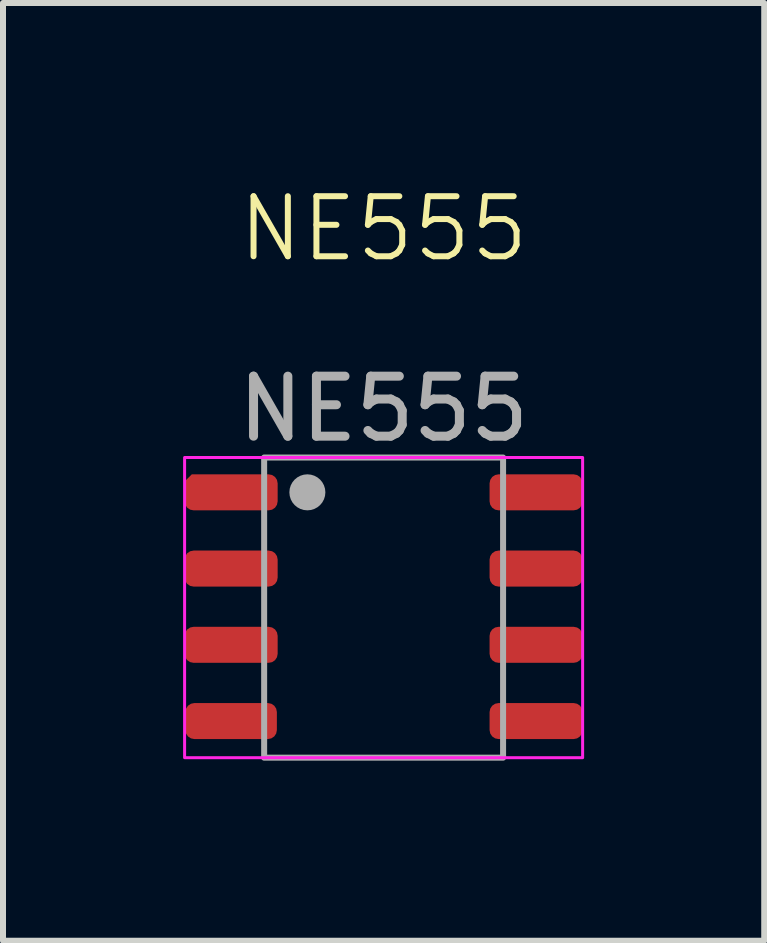
<source format=kicad_pcb>
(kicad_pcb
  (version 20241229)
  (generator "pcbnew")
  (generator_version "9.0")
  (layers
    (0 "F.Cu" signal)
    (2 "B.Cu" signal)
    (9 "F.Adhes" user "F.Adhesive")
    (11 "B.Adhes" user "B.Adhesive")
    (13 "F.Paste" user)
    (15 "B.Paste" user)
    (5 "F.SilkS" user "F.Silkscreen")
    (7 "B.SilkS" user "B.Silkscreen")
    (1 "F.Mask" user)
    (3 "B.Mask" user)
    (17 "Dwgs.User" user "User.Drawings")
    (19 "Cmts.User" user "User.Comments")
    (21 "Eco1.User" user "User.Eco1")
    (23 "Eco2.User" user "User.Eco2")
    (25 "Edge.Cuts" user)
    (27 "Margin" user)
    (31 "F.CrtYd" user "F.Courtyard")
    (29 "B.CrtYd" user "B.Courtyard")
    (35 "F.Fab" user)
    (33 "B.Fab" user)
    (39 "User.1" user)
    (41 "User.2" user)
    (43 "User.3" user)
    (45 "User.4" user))
  (footprint "NE555"
    (layer "F.Cu")
    (at 3.34 7.111)
    (property "Reference" "NE555" (at 0 -6.35 0) (unlocked yes) (layer "F.SilkS") (effects (font (size 1 1) (thickness 0.1))))
    (attr through_hole)
    (fp_rect (start -3.315 -2.54) (end 3.315 2.46) (stroke (width 0.05) (type default)) (fill no) (layer "F.CrtYd"))
    (fp_rect (start -1.99 -2.54) (end 1.99 2.46) (stroke (width 0.1) (type default)) (fill no) (layer "F.Fab"))
    (fp_circle (center -1.27 -1.96) (end -1.27 -1.96) (stroke (width 0.3) (type default)) (fill no) (layer "F.Fab"))
    (fp_text user "${REFERENCE}" (at 0 -3.35 0) (unlocked yes) (layer "F.Fab") (effects (font (size 1 1) (thickness 0.15))))
    (pad "1" smd roundrect (at -2.54 -1.96) (size 1.55 0.6) (layers "F.Cu" "F.Mask" "F.Paste") (roundrect_rratio 0.25) (chamfer_ratio 0.2) (chamfer top_left))
    (pad "2" smd roundrect (at -2.54 -0.69) (size 1.55 0.6) (layers "F.Cu" "F.Mask" "F.Paste") (roundrect_rratio 0.25))
    (pad "3" smd roundrect (at -2.54 0.58) (size 1.55 0.6) (layers "F.Cu" "F.Mask" "F.Paste") (roundrect_rratio 0.25))
    (pad "4" smd roundrect (at -2.54 1.85) (size 1.524 0.6) (layers "F.Cu" "F.Mask" "F.Paste") (roundrect_rratio 0.25))
    (pad "5" smd roundrect (at 2.54 1.85) (size 1.55 0.6) (layers "F.Cu" "F.Mask" "F.Paste") (roundrect_rratio 0.25))
    (pad "6" smd roundrect (at 2.54 0.58) (size 1.55 0.6) (layers "F.Cu" "F.Mask" "F.Paste") (roundrect_rratio 0.25))
    (pad "7" smd roundrect (at 2.54 -0.69) (size 1.55 0.6) (layers "F.Cu" "F.Mask" "F.Paste") (roundrect_rratio 0.25))
    (pad "8" smd roundrect (at 2.54 -1.96) (size 1.55 0.6) (layers "F.Cu" "F.Mask" "F.Paste") (roundrect_rratio 0.25)))
  (gr_rect
    (start -3 -3)
    (end 9.68 12.62)
    (stroke (width 0.1) (type default))
    (fill no)
    (layer "Edge.Cuts")))
</source>
